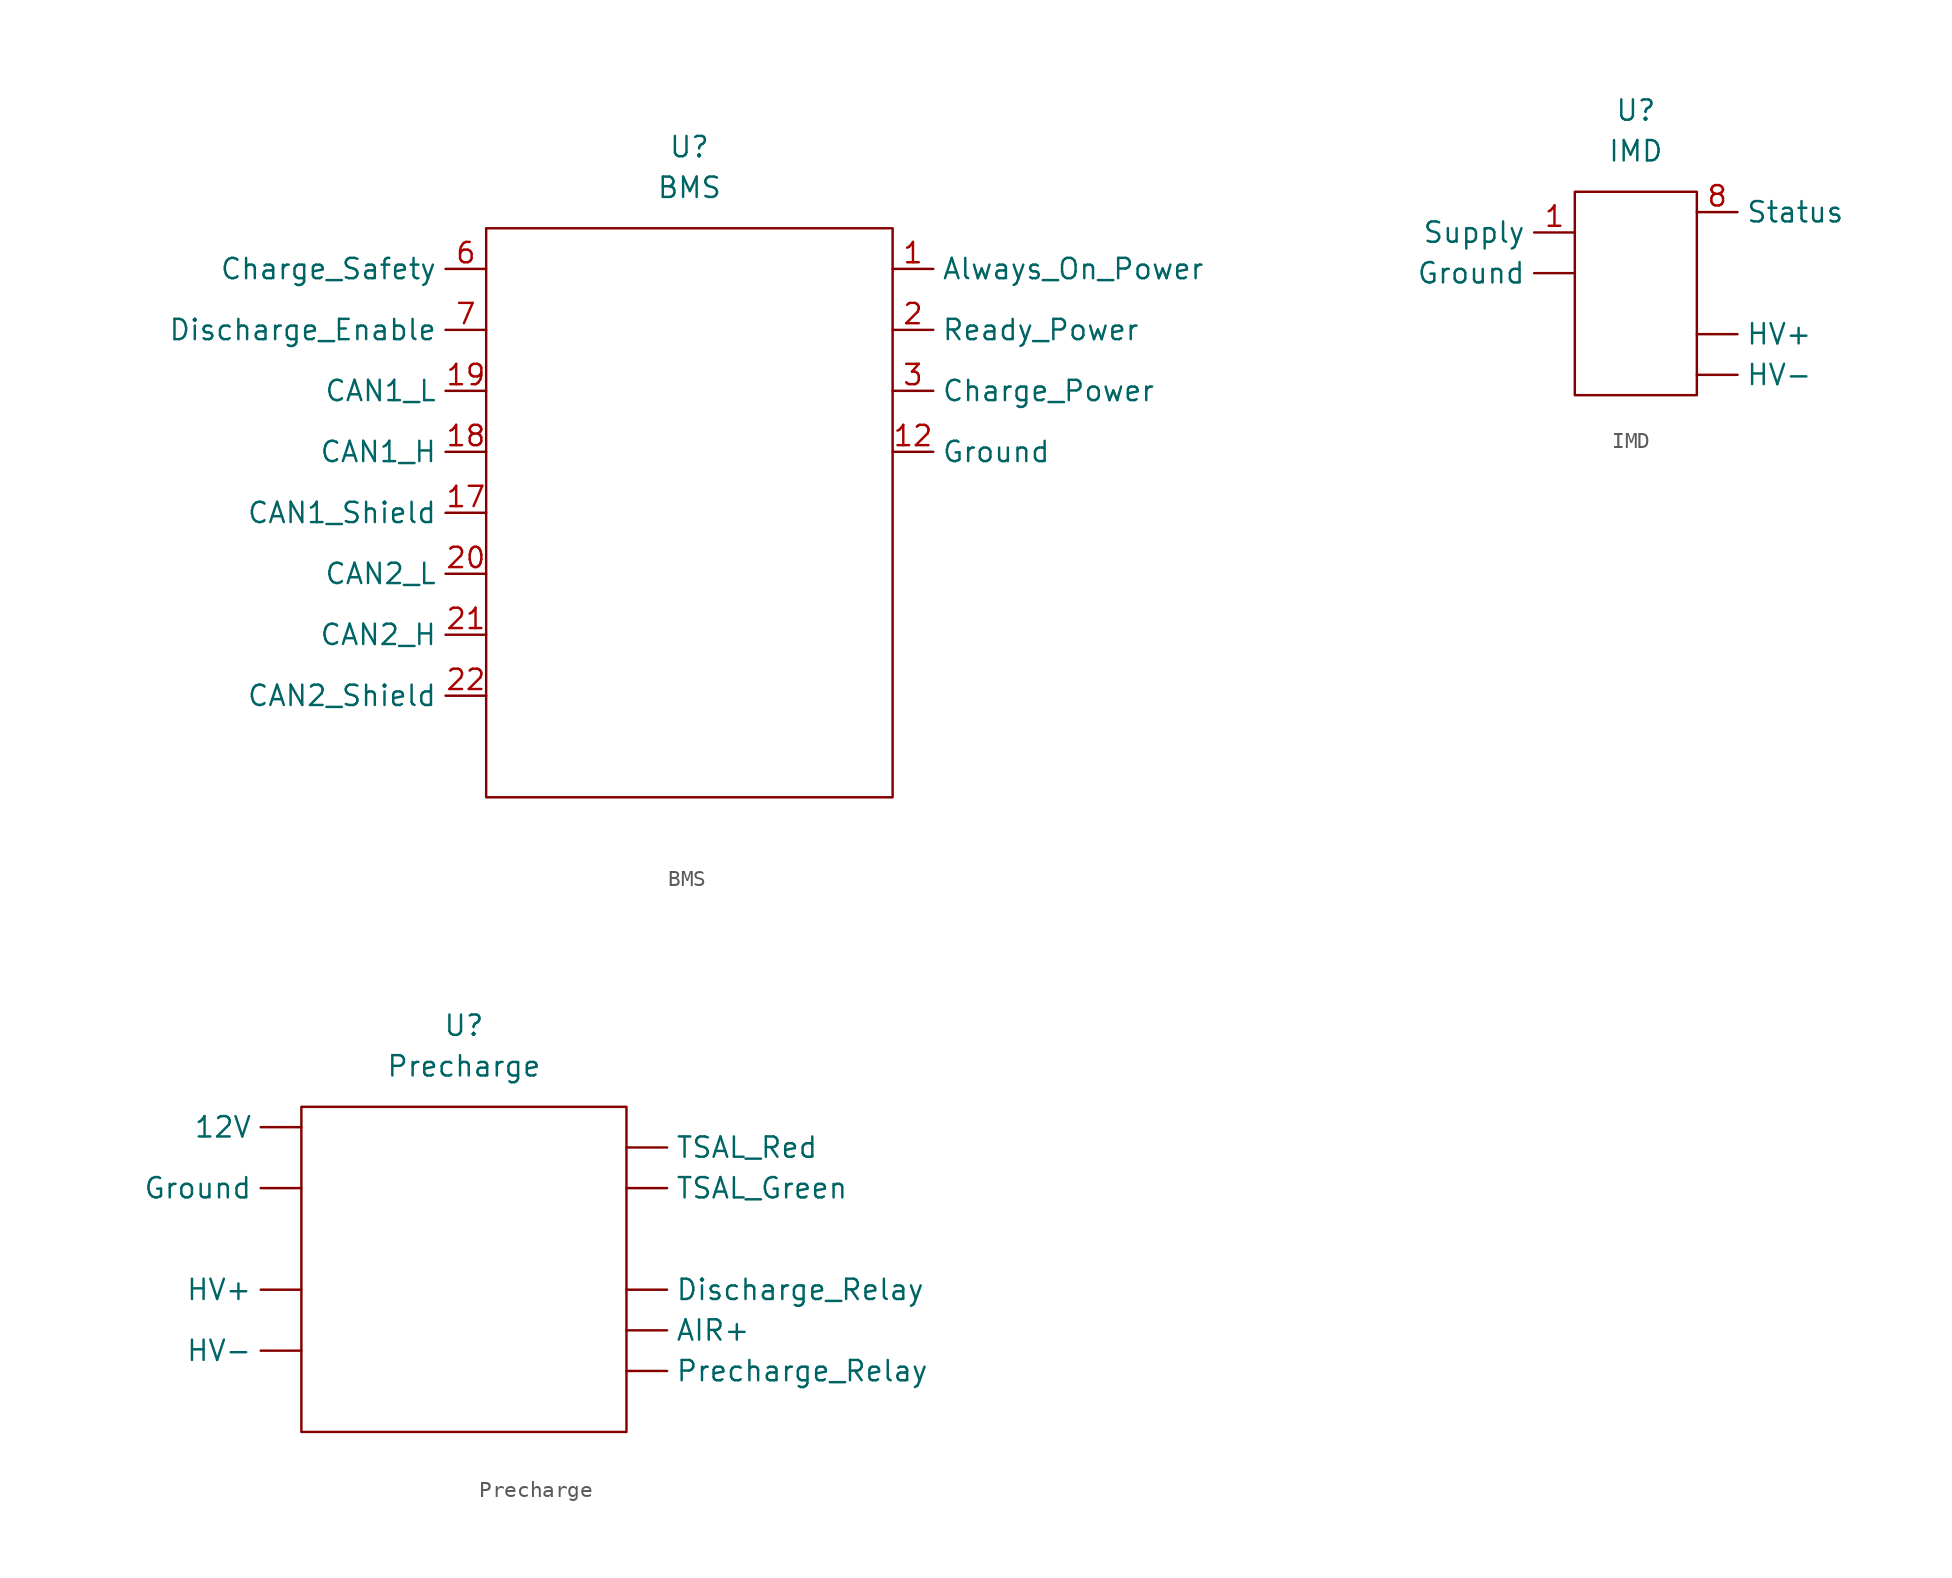
<source format=kicad_sym>
(kicad_symbol_lib
  (version 20211014)
  (generator kicad_symbol_editor)
  (symbol "BMS"
    (property "Reference" "U"
      (at 0 0 0)
      (effects (font (size 1.27 1.27))))
    (property "Value" "BMS"
      (at 0 -2.54 0)
      (effects (font (size 1.27 1.27))))
    (symbol "BMS_0_1"
      (rectangle (start -12.7 -5.08) (end 12.7 -40.64) (stroke (width 0) (type default) (color 0 0 0 0)) (fill (type none))))
    (symbol "BMS_1_1"
      (pin power_in line (at 12.7 -7.62 0) (length 2.54) (name "Always_On_Power" (effects (font (size 1.27 1.27)))) (number "1" (effects (font (size 1.27 1.27)))))
      (pin passive line (at 12.7 -19.05 0) (length 2.54) (name "Ground" (effects (font (size 1.27 1.27)))) (number "12" (effects (font (size 1.27 1.27)))))
      (pin passive line (at -12.7 -22.86 180) (length 2.54) (name "CAN1_Shield" (effects (font (size 1.27 1.27)))) (number "17" (effects (font (size 1.27 1.27)))))
      (pin bidirectional line (at -12.7 -19.05 180) (length 2.54) (name "CAN1_H" (effects (font (size 1.27 1.27)))) (number "18" (effects (font (size 1.27 1.27)))))
      (pin bidirectional line (at -12.7 -15.24 180) (length 2.54) (name "CAN1_L" (effects (font (size 1.27 1.27)))) (number "19" (effects (font (size 1.27 1.27)))))
      (pin power_in line (at 12.7 -11.43 0) (length 2.54) (name "Ready_Power" (effects (font (size 1.27 1.27)))) (number "2" (effects (font (size 1.27 1.27)))))
      (pin bidirectional line (at -12.7 -26.67 180) (length 2.54) (name "CAN2_L" (effects (font (size 1.27 1.27)))) (number "20" (effects (font (size 1.27 1.27)))))
      (pin bidirectional line (at -12.7 -30.48 180) (length 2.54) (name "CAN2_H" (effects (font (size 1.27 1.27)))) (number "21" (effects (font (size 1.27 1.27)))))
      (pin passive line (at -12.7 -34.29 180) (length 2.54) (name "CAN2_Shield" (effects (font (size 1.27 1.27)))) (number "22" (effects (font (size 1.27 1.27)))))
      (pin power_in line (at 12.7 -15.24 0) (length 2.54) (name "Charge_Power" (effects (font (size 1.27 1.27)))) (number "3" (effects (font (size 1.27 1.27)))))
      (pin output line (at -12.7 -7.62 180) (length 2.54) (name "Charge_Safety" (effects (font (size 1.27 1.27)))) (number "6" (effects (font (size 1.27 1.27)))))
      (pin output line (at -12.7 -11.43 180) (length 2.54) (name "Discharge_Enable" (effects (font (size 1.27 1.27)))) (number "7" (effects (font (size 1.27 1.27)))))))
  (symbol "IMD"
    (property "Reference" "U"
      (at 0 0 0)
      (effects (font (size 1.27 1.27))))
    (property "Value" "IMD"
      (at 0 -2.54 0)
      (effects (font (size 1.27 1.27))))
    (symbol "IMD_0_1"
      (rectangle (start -3.81 -5.08) (end 3.81 -17.78) (stroke (width 0) (type default) (color 0 0 0 0)) (fill (type none))))
    (symbol "IMD_1_1"
      (pin power_in line (at -3.81 -10.16 180) (length 2.54) (name "Ground" (effects (font (size 1.27 1.27)))) (number "" (effects (font (size 1.27 1.27)))))
      (pin input line (at 3.81 -13.97 0) (length 2.54) (name "HV+" (effects (font (size 1.27 1.27)))) (number "" (effects (font (size 1.27 1.27)))))
      (pin input line (at 3.81 -16.51 0) (length 2.54) (name "HV-" (effects (font (size 1.27 1.27)))) (number "" (effects (font (size 1.27 1.27)))))
      (pin power_in line (at -3.81 -7.62 180) (length 2.54) (name "Supply" (effects (font (size 1.27 1.27)))) (number "1" (effects (font (size 1.27 1.27)))))
      (pin output line (at 3.81 -6.35 0) (length 2.54) (name "Status" (effects (font (size 1.27 1.27)))) (number "8" (effects (font (size 1.27 1.27)))))))
  (symbol "Precharge"
    (property "Reference" "U"
      (at 0 0 0)
      (effects (font (size 1.27 1.27))))
    (property "Value" "Precharge"
      (at 0 -2.54 0)
      (effects (font (size 1.27 1.27))))
    (symbol "Precharge_0_1"
      (rectangle (start 10.16 -5.08) (end -10.16 -25.4) (stroke (width 0) (type default) (color 0 0 0 0)) (fill (type none))))
    (symbol "Precharge_1_1"
      (pin power_in line (at -10.16 -6.35 180) (length 2.54) (name "12V" (effects (font (size 1.27 1.27)))) (number "" (effects (font (size 1.27 1.27)))))
      (pin output line (at 10.16 -19.05 0) (length 2.54) (name "AIR+" (effects (font (size 1.27 1.27)))) (number "" (effects (font (size 1.27 1.27)))))
      (pin output line (at 10.16 -16.51 0) (length 2.54) (name "Discharge_Relay" (effects (font (size 1.27 1.27)))) (number "" (effects (font (size 1.27 1.27)))))
      (pin power_in line (at -10.16 -10.16 180) (length 2.54) (name "Ground" (effects (font (size 1.27 1.27)))) (number "" (effects (font (size 1.27 1.27)))))
      (pin input line (at -10.16 -16.51 180) (length 2.54) (name "HV+" (effects (font (size 1.27 1.27)))) (number "" (effects (font (size 1.27 1.27)))))
      (pin input line (at -10.16 -20.32 180) (length 2.54) (name "HV-" (effects (font (size 1.27 1.27)))) (number "" (effects (font (size 1.27 1.27)))))
      (pin output line (at 10.16 -21.59 0) (length 2.54) (name "Precharge_Relay" (effects (font (size 1.27 1.27)))) (number "" (effects (font (size 1.27 1.27)))))
      (pin output line (at 10.16 -10.16 0) (length 2.54) (name "TSAL_Green" (effects (font (size 1.27 1.27)))) (number "" (effects (font (size 1.27 1.27)))))
      (pin output line (at 10.16 -7.62 0) (length 2.54) (name "TSAL_Red" (effects (font (size 1.27 1.27)))) (number "" (effects (font (size 1.27 1.27))))))))
</source>
